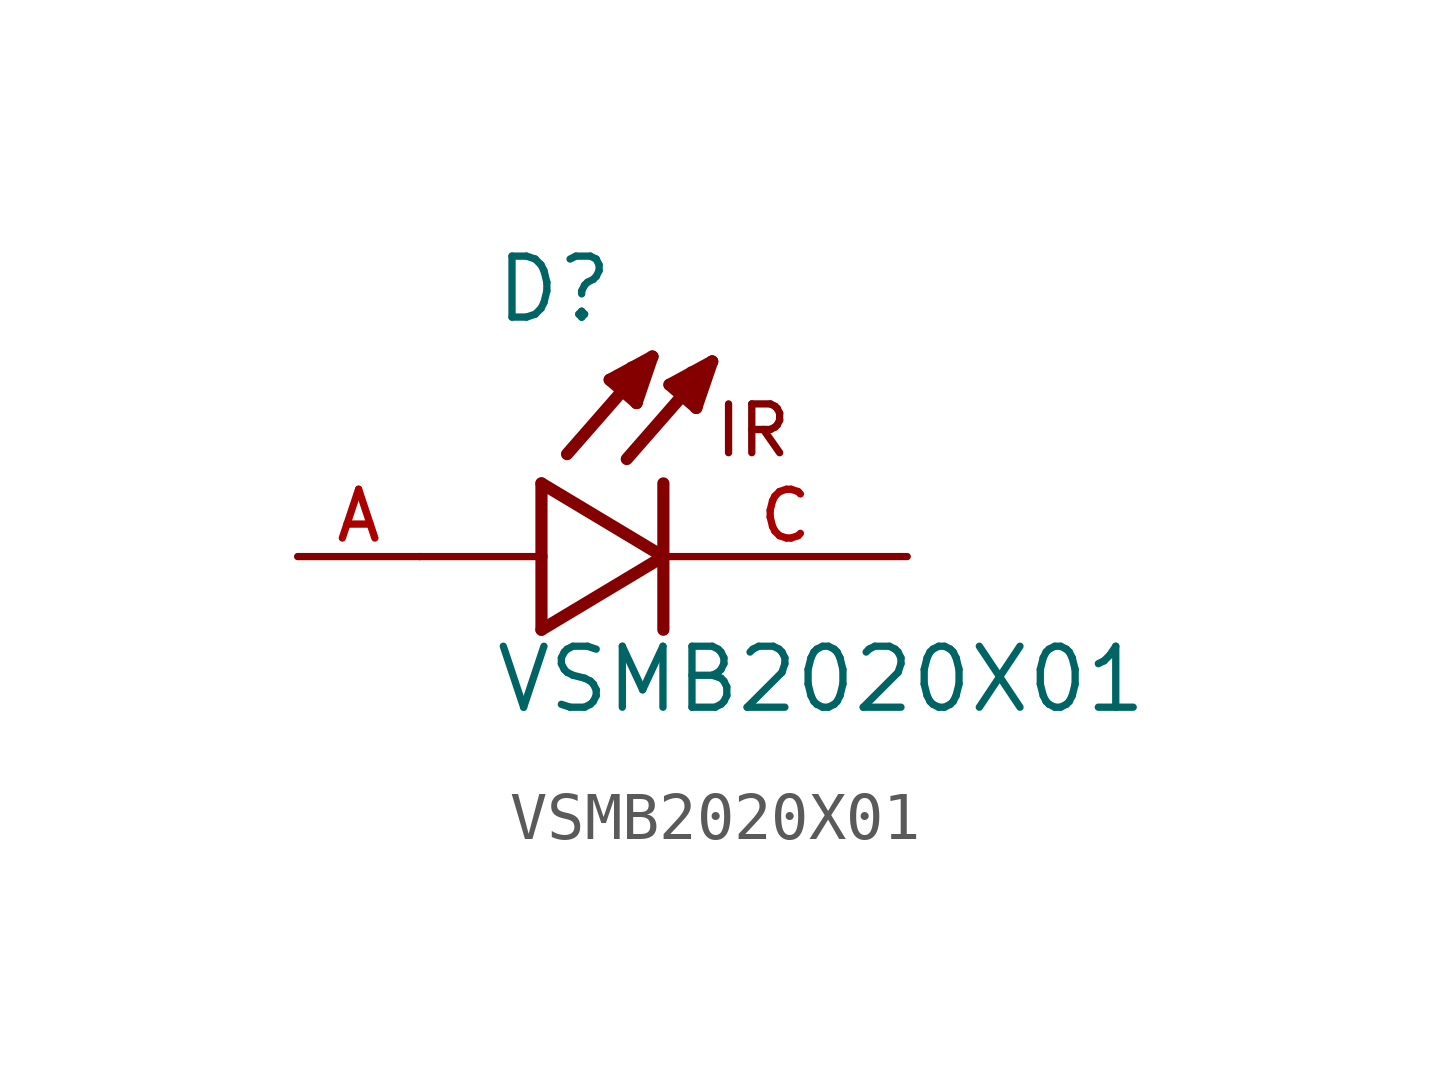
<source format=kicad_sym>
(kicad_symbol_lib
  (version 20211014)
  (generator kicad_symbol_editor)
  (symbol "VSMB2020X01"
    (pin_names
      (offset 1.016))
    (property "Reference" "D"
      (at -3.556 4.826 0)
      (effects (font (size 1.27 1.27)) (justify bottom left)))
    (property "Value" "VSMB2020X01"
      (at -3.556 -3.302 0)
      (effects (font (size 1.27 1.27)) (justify bottom left)))
    (symbol "VSMB2020X01_0_0"
      (polyline (pts (xy -2.54 1.524) (xy -2.54 0.0)) (stroke (width 0.254)))
      (polyline (pts (xy -2.54 0.0) (xy -2.54 -1.524)) (stroke (width 0.254)))
      (polyline (pts (xy -2.54 -1.524) (xy 0.0 0.0)) (stroke (width 0.254)))
      (polyline (pts (xy 0.0 0.0) (xy -2.54 1.524)) (stroke (width 0.254)))
      (polyline (pts (xy 0.0 1.524) (xy 0.0 -1.524)) (stroke (width 0.254)))
      (polyline (pts (xy -2.54 0.0) (xy -5.08 0.0)) (stroke (width 0.152)))
      (text "IR" (at 1.016 2.032 0) (effects (font (size 1.016 1.016)) (justify bottom left)))
      (polyline (pts (xy 1.016 4.064) (xy -0.762 2.032)) (stroke (width 0.254)))
      (polyline (pts (xy 0.686 3.099) (xy 0.127 3.581)) (stroke (width 0.254)))
      (polyline (pts (xy 0.127 3.581) (xy 1.016 4.064)) (stroke (width 0.254)))
      (polyline (pts (xy 1.016 4.064) (xy 0.686 3.099)) (stroke (width 0.254)))
      (polyline (pts (xy 0.686 3.099) (xy 0.711 3.835)) (stroke (width 0.254)))
      (polyline (pts (xy 0.711 3.835) (xy 0.584 3.835)) (stroke (width 0.254)))
      (polyline (pts (xy 0.305 3.505) (xy 0.533 3.658)) (stroke (width 0.254)))
      (polyline (pts (xy -0.229 4.166) (xy -2.007 2.134)) (stroke (width 0.254)))
      (polyline (pts (xy -0.559 3.2) (xy -1.118 3.683)) (stroke (width 0.254)))
      (polyline (pts (xy -1.118 3.683) (xy -0.229 4.166)) (stroke (width 0.254)))
      (polyline (pts (xy -0.229 4.166) (xy -0.559 3.2)) (stroke (width 0.254)))
      (polyline (pts (xy -0.559 3.2) (xy -0.533 3.937)) (stroke (width 0.254)))
      (polyline (pts (xy -0.533 3.937) (xy -0.66 3.937)) (stroke (width 0.254)))
      (polyline (pts (xy -0.94 3.607) (xy -0.711 3.759)) (stroke (width 0.254)))
      (pin passive line (at 5.08 0.0 180.0) (length 5.08) (name "~" (effects (font (size 1.016 1.016)))) (number "C" (effects (font (size 1.016 1.016)))))
      (pin passive line (at -7.62 0.0 0) (length 2.54) (name "~" (effects (font (size 1.016 1.016)))) (number "A" (effects (font (size 1.016 1.016))))))))
</source>
